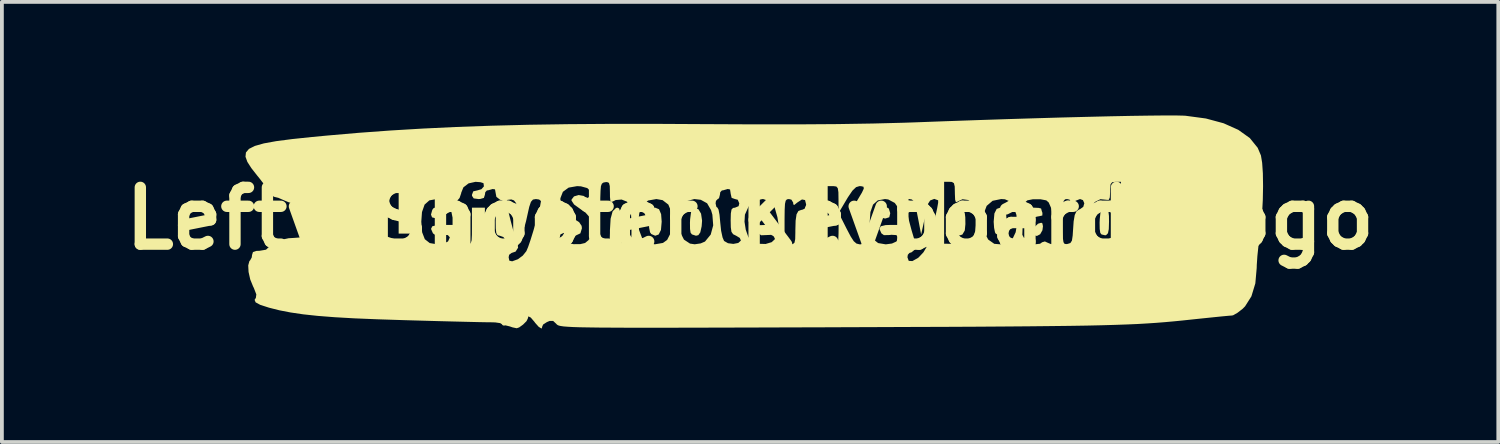
<source format=kicad_pcb>
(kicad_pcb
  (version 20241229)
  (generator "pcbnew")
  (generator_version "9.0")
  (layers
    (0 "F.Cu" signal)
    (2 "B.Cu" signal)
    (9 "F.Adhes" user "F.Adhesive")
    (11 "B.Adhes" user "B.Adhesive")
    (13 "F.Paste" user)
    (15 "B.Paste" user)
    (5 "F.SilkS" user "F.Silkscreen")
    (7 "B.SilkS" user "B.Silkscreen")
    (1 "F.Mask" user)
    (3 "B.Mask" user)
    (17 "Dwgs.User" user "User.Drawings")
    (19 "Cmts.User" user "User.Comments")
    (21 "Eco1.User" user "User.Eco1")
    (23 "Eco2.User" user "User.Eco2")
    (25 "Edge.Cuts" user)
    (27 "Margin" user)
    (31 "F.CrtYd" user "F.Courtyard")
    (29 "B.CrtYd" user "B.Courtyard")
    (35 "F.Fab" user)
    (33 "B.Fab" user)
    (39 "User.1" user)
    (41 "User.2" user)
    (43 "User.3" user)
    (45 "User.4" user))
  (footprint "Lefty Shooter Keyboard Logo"
    (layer "F.Cu")
    (at 16.764 2.721)
    (property "Reference" "Lefty Shooter Keyboard Logo" (at 0 0 0) (layer "F.SilkS") (effects (font (size 1.5 1.5) (thickness 0.3))))
    (attr board_only exclude_from_pos_files exclude_from_bom)
    (fp_poly (pts (xy -8.181 -0.262) (xy -8.144 -0.14) (xy -8.144 -0.136) (xy -8.169 -0.032) (xy -8.265 -0.000386) (xy -8.286 0) (xy -8.401 -0.029) (xy -8.429 -0.103) (xy -8.395 -0.226) (xy -8.365 -0.269) (xy -8.265 -0.312)) (stroke (width 0) (type solid)) (fill yes) (layer "F.SilkS"))
    (fp_poly (pts (xy 3.665 -0.262) (xy 3.702 -0.14) (xy 3.702 -0.136) (xy 3.677 -0.032) (xy 3.58 -0.000386) (xy 3.559 0) (xy 3.445 -0.029) (xy 3.417 -0.103) (xy 3.45 -0.226) (xy 3.481 -0.269) (xy 3.58 -0.312)) (stroke (width 0) (type solid)) (fill yes) (layer "F.SilkS"))
    (fp_poly (pts (xy 7.721 0.128) (xy 7.737 0.205) (xy 7.723 0.311) (xy 7.663 0.417) (xy 7.577 0.462) (xy 7.5 0.443) (xy 7.469 0.357) (xy 7.471 0.333) (xy 7.519 0.223) (xy 7.605 0.139) (xy 7.691 0.113)) (stroke (width 0) (type solid)) (fill yes) (layer "F.SilkS"))
    (fp_poly (pts (xy 0.42 -0.227) (xy 0.456 -0.109) (xy 0.456 -0.107) (xy 0.424 -0.027) (xy 0.313 -0.000336) (xy 0.29 0) (xy 0.175 -0.012) (xy 0.146 -0.067) (xy 0.157 -0.128) (xy 0.207 -0.246) (xy 0.249 -0.296) (xy 0.339 -0.3)) (stroke (width 0) (type solid)) (fill yes) (layer "F.SilkS"))
    (fp_poly (pts (xy -2.405 -0.244) (xy -2.35 -0.114) (xy -2.335 0.085) (xy -2.354 0.303) (xy -2.414 0.423) (xy -2.506 0.456) (xy -2.61 0.411) (xy -2.642 0.366) (xy -2.666 0.247) (xy -2.677 0.087) (xy -2.677 0.085) (xy -2.658 -0.132) (xy -2.598 -0.252) (xy -2.506 -0.285)) (stroke (width 0) (type solid)) (fill yes) (layer "F.SilkS"))
    (fp_poly (pts (xy -1.365 -0.244) (xy -1.295 -0.127) (xy -1.268 0.058) (xy -1.279 0.206) (xy -1.315 0.367) (xy -1.367 0.441) (xy -1.429 0.456) (xy -1.536 0.421) (xy -1.571 0.377) (xy -1.586 0.277) (xy -1.588 0.111) (xy -1.584 0.022) (xy -1.56 -0.161) (xy -1.514 -0.252) (xy -1.47 -0.273)) (stroke (width 0) (type solid)) (fill yes) (layer "F.SilkS"))
    (fp_poly (pts (xy 6.706 -0.235) (xy 6.765 -0.1) (xy 6.779 0.095) (xy 6.742 0.326) (xy 6.741 0.327) (xy 6.674 0.427) (xy 6.574 0.452) (xy 6.486 0.397) (xy 6.47 0.366) (xy 6.446 0.247) (xy 6.435 0.087) (xy 6.435 0.085) (xy 6.454 -0.132) (xy 6.514 -0.252) (xy 6.606 -0.285)) (stroke (width 0) (type solid)) (fill yes) (layer "F.SilkS"))
    (fp_poly (pts (xy 5.631 -0.233) (xy 5.671 -0.144) (xy 5.685 -0.034) (xy 5.688 0.149) (xy 5.673 0.306) (xy 5.669 0.322) (xy 5.608 0.425) (xy 5.518 0.453) (xy 5.442 0.396) (xy 5.434 0.377) (xy 5.419 0.277) (xy 5.417 0.111) (xy 5.421 0.021) (xy 5.439 -0.148) (xy 5.474 -0.231) (xy 5.538 -0.256) (xy 5.553 -0.256)) (stroke (width 0) (type solid)) (fill yes) (layer "F.SilkS"))
    (fp_poly (pts (xy 9.432 -0.244) (xy 9.466 -0.189) (xy 9.48 -0.066) (xy 9.482 0.085) (xy 9.476 0.281) (xy 9.454 0.39) (xy 9.407 0.438) (xy 9.382 0.445) (xy 9.283 0.422) (xy 9.251 0.381) (xy 9.236 0.278) (xy 9.233 0.111) (xy 9.237 0.021) (xy 9.255 -0.148) (xy 9.29 -0.231) (xy 9.354 -0.256) (xy 9.368 -0.256)) (stroke (width 0) (type solid)) (fill yes) (layer "F.SilkS"))
    (fp_poly (pts (xy 11.249 -2.721) (xy 11.454 -2.716) (xy 11.504 -2.713) (xy 12.041 -2.641) (xy 12.508 -2.515) (xy 12.897 -2.341) (xy 13.201 -2.124) (xy 13.409 -1.867) (xy 13.495 -1.664) (xy 13.527 -1.471) (xy 13.546 -1.192) (xy 13.551 -0.854) (xy 13.544 -0.485) (xy 13.524 -0.111) (xy 13.493 0.239) (xy 13.468 0.422) (xy 13.431 0.707) (xy 13.401 0.992) (xy 13.385 1.23) (xy 13.383 1.309) (xy 13.347 1.715) (xy 13.243 2.057) (xy 13.076 2.321) (xy 13.011 2.387) (xy 12.875 2.492) (xy 12.765 2.555) (xy 12.734 2.563) (xy 12.655 2.569) (xy 12.482 2.585) (xy 12.236 2.61) (xy 11.935 2.641) (xy 11.64 2.672) (xy 11.405 2.697) (xy 11.18 2.719) (xy 10.956 2.739) (xy 10.728 2.757) (xy 10.489 2.773) (xy 10.232 2.788) (xy 9.95 2.8) (xy 9.636 2.811) (xy 9.284 2.821) (xy 8.887 2.83) (xy 8.438 2.837) (xy 7.93 2.843) (xy 7.357 2.849) (xy 6.712 2.854) (xy 5.987 2.859) (xy 5.177 2.863) (xy 4.275 2.866) (xy 3.273 2.87) (xy 2.165 2.874) (xy 1.971 2.875) (xy 0.933 2.878) (xy 0.004 2.881) (xy -0.824 2.883) (xy -1.556 2.885) (xy -2.198 2.886) (xy -2.756 2.886) (xy -3.237 2.886) (xy -3.645 2.884) (xy -3.988 2.882) (xy -4.271 2.878) (xy -4.5 2.874) (xy -4.682 2.868) (xy -4.821 2.86) (xy -4.925 2.852) (xy -5 2.841) (xy -5.05 2.83) (xy -5.083 2.816) (xy -5.104 2.801) (xy -5.119 2.784) (xy -5.121 2.782) (xy -5.203 2.706) (xy -5.294 2.707) (xy -5.367 2.737) (xy -5.466 2.801) (xy -5.491 2.855) (xy -5.491 2.856) (xy -5.501 2.902) (xy -5.517 2.904) (xy -5.584 2.862) (xy -5.677 2.758) (xy -5.697 2.73) (xy -5.793 2.618) (xy -5.856 2.586) (xy -5.871 2.641) (xy -5.871 2.643) (xy -5.906 2.713) (xy -5.997 2.804) (xy -6.1 2.878) (xy -6.165 2.9) (xy -6.274 2.877) (xy -6.35 2.851) (xy -6.46 2.824) (xy -6.507 2.83) (xy -6.548 2.813) (xy -6.549 2.798) (xy -6.6 2.765) (xy -6.73 2.746) (xy -6.82 2.743) (xy -6.939 2.742) (xy -7.157 2.738) (xy -7.459 2.731) (xy -7.83 2.722) (xy -8.255 2.711) (xy -8.718 2.698) (xy -9.141 2.686) (xy -9.851 2.663) (xy -10.459 2.638) (xy -10.98 2.608) (xy -11.425 2.573) (xy -11.807 2.532) (xy -12.139 2.483) (xy -12.433 2.426) (xy -12.703 2.358) (xy -12.713 2.355) (xy -12.939 2.282) (xy -13.061 2.216) (xy -13.089 2.15) (xy -13.055 2.098) (xy -13.043 2.006) (xy -13.109 1.834) (xy -13.128 1.797) (xy -13.204 1.61) (xy -13.248 1.413) (xy -13.257 1.24) (xy -13.226 1.126) (xy -13.207 1.107) (xy -13.164 1.03) (xy -13.156 0.965) (xy -13.132 0.888) (xy -13.04 0.857) (xy -12.958 0.854) (xy -12.787 0.825) (xy -12.701 0.743) (xy -12.597 0.648) (xy -12.414 0.57) (xy -12.189 0.522) (xy -12.04 0.513) (xy -11.894 0.502) (xy -11.836 0.457) (xy -11.858 0.356) (xy -11.923 0.228) (xy -11.997 0.07) (xy -12.011 -0.049) (xy -12.001 -0.085) (xy -9.568 -0.085) (xy -9.568 0.683) (xy -9.204 0.683) (xy -9.002 0.679) (xy -8.886 0.659) (xy -8.83 0.618) (xy -8.812 0.573) (xy -8.8 0.471) (xy -8.85 0.418) (xy -8.982 0.4) (xy -9.065 0.399) (xy -9.283 0.399) (xy -9.283 0.085) (xy -8.685 0.085) (xy -8.663 0.364) (xy -8.592 0.548) (xy -8.462 0.65) (xy -8.266 0.683) (xy -8.256 0.683) (xy -8.098 0.662) (xy -7.985 0.611) (xy -7.975 0.6) (xy -7.931 0.499) (xy -7.983 0.439) (xy -8.118 0.431) (xy -8.152 0.437) (xy -8.31 0.441) (xy -8.377 0.393) (xy -8.428 0.275) (xy -8.394 0.206) (xy -8.263 0.175) (xy -8.144 0.171) (xy -7.859 0.171) (xy -7.859 -0.021) (xy -7.904 -0.241) (xy -8.023 -0.41) (xy -8.023 -0.41) (xy -7.8 -0.41) (xy -7.775 -0.357) (xy -7.731 -0.321) (xy -7.679 -0.258) (xy -7.648 -0.152) (xy -7.634 0.022) (xy -7.631 0.22) (xy -7.63 0.448) (xy -7.621 0.586) (xy -7.597 0.655) (xy -7.552 0.68) (xy -7.489 0.683) (xy -7.42 0.679) (xy -7.378 0.651) (xy -7.356 0.576) (xy -7.348 0.432) (xy -7.347 0.199) (xy -7.347 -0.285) (xy -7.176 -0.285) (xy -7.005 -0.285) (xy -7.005 0.089) (xy -6.994 0.363) (xy -6.955 0.541) (xy -6.878 0.641) (xy -6.757 0.681) (xy -6.699 0.683) (xy -6.561 0.674) (xy -6.479 0.651) (xy -6.477 0.649) (xy -6.46 0.57) (xy -6.516 0.491) (xy -6.612 0.456) (xy -6.671 0.442) (xy -6.704 0.385) (xy -6.718 0.259) (xy -6.72 0.092) (xy -6.716 -0.109) (xy -6.697 -0.225) (xy -6.655 -0.281) (xy -6.606 -0.301) (xy -6.514 -0.354) (xy -6.492 -0.399) (xy -6.532 -0.455) (xy -6.435 -0.455) (xy -6.42 -0.349) (xy -6.381 -0.168) (xy -6.327 0.052) (xy -6.266 0.279) (xy -6.208 0.477) (xy -6.161 0.614) (xy -6.147 0.645) (xy -6.128 0.772) (xy -6.194 0.875) (xy -6.3 0.911) (xy -6.364 0.959) (xy -6.378 1.025) (xy -6.359 1.115) (xy -6.285 1.132) (xy -6.139 1.079) (xy -6.134 1.077) (xy -6.005 0.982) (xy -5.91 0.864) (xy -5.865 0.758) (xy -5.839 0.683) (xy -3.99 0.683) (xy -3.846 0.683) (xy -3.769 0.677) (xy -3.726 0.641) (xy -3.707 0.551) (xy -3.702 0.379) (xy -3.702 0.309) (xy -3.684 0.007) (xy -3.631 -0.188) (xy -3.541 -0.278) (xy -3.5 -0.285) (xy -3.459 -0.263) (xy -3.433 -0.183) (xy -3.42 -0.027) (xy -3.417 0.199) (xy -3.416 0.434) (xy -3.407 0.577) (xy -3.385 0.651) (xy -3.343 0.679) (xy -3.275 0.683) (xy -3.203 0.678) (xy -3.161 0.647) (xy -3.14 0.567) (xy -3.133 0.414) (xy -3.133 0.242) (xy -3.138 0.012) (xy -3.138 0.005) (xy -2.945 0.005) (xy -2.934 0.302) (xy -2.852 0.518) (xy -2.703 0.646) (xy -2.515 0.683) (xy -2.301 0.646) (xy -2.191 0.567) (xy -2.11 0.409) (xy -2.065 0.158) (xy -2.062 0.126) (xy -2.064 0.085) (xy -1.879 0.085) (xy -1.845 0.364) (xy -1.746 0.559) (xy -1.587 0.664) (xy -1.462 0.682) (xy -1.305 0.659) (xy -1.191 0.61) (xy -1.04 0.426) (xy -0.974 0.182) (xy -0.996 -0.101) (xy -1.031 -0.221) (xy -1.134 -0.399) (xy -0.911 -0.399) (xy -0.89 -0.306) (xy -0.861 -0.285) (xy -0.833 -0.233) (xy -0.807 -0.096) (xy -0.789 0.097) (xy -0.788 0.107) (xy -0.765 0.325) (xy -0.727 0.501) (xy -0.687 0.594) (xy -0.583 0.654) (xy -0.442 0.672) (xy -0.312 0.647) (xy -0.242 0.584) (xy -0.271 0.515) (xy -0.366 0.457) (xy -0.448 0.416) (xy -0.492 0.352) (xy -0.509 0.233) (xy -0.512 0.087) (xy -0.147 0.087) (xy -0.114 0.298) (xy -0.048 0.485) (xy 0.038 0.6) (xy 0.206 0.668) (xy 0.41 0.674) (xy 0.571 0.626) (xy 0.655 0.547) (xy 0.643 0.475) (xy 0.554 0.433) (xy 0.442 0.438) (xy 0.293 0.444) (xy 0.197 0.376) (xy 0.191 0.368) (xy 0.129 0.265) (xy 0.139 0.206) (xy 0.235 0.178) (xy 0.431 0.171) (xy 0.435 0.171) (xy 0.755 0.171) (xy 0.741 0.085) (xy 0.911 0.085) (xy 0.911 0.683) (xy 1.054 0.683) (xy 1.13 0.677) (xy 1.173 0.64) (xy 1.192 0.546) (xy 1.196 0.371) (xy 1.196 0.318) (xy 1.203 0.058) (xy 1.224 -0.085) (xy 2.05 -0.085) (xy 2.05 0.683) (xy 2.193 0.683) (xy 2.266 0.678) (xy 2.309 0.644) (xy 2.33 0.559) (xy 2.337 0.397) (xy 2.338 0.271) (xy 2.342 -0.142) (xy 2.55 0.271) (xy 2.659 0.478) (xy 2.739 0.601) (xy 2.811 0.663) (xy 2.891 0.683) (xy 2.922 0.683) (xy 3.031 0.671) (xy 3.065 0.641) (xy 3.031 0.572) (xy 2.959 0.432) (xy 2.865 0.251) (xy 2.861 0.244) (xy 2.782 0.085) (xy 3.161 0.085) (xy 3.183 0.364) (xy 3.254 0.548) (xy 3.383 0.65) (xy 3.58 0.683) (xy 3.59 0.683) (xy 3.748 0.662) (xy 3.86 0.611) (xy 3.871 0.6) (xy 3.915 0.499) (xy 3.863 0.439) (xy 3.728 0.431) (xy 3.694 0.437) (xy 3.536 0.441) (xy 3.469 0.393) (xy 3.417 0.275) (xy 3.452 0.206) (xy 3.582 0.175) (xy 3.702 0.171) (xy 3.987 0.171) (xy 3.987 -0.021) (xy 3.942 -0.241) (xy 3.823 -0.41) (xy 3.65 -0.502) (xy 3.564 -0.513) (xy 4.057 -0.513) (xy 4.202 0.071) (xy 4.267 0.315) (xy 4.327 0.516) (xy 4.375 0.649) (xy 4.399 0.689) (xy 4.403 0.745) (xy 4.347 0.827) (xy 4.265 0.894) (xy 4.21 0.911) (xy 4.167 0.959) (xy 4.157 1.025) (xy 4.191 1.12) (xy 4.287 1.126) (xy 4.435 1.043) (xy 4.455 1.027) (xy 4.581 0.892) (xy 4.661 0.757) (xy 4.715 0.603) (xy 4.777 0.396) (xy 4.84 0.164) (xy 4.897 -0.066) (xy 4.916 -0.15) (xy 5.126 -0.15) (xy 5.126 0.667) (xy 5.457 0.672) (xy 5.648 0.67) (xy 5.761 0.648) (xy 5.833 0.592) (xy 5.884 0.515) (xy 5.949 0.333) (xy 5.978 0.101) (xy 5.977 0.075) (xy 6.151 0.075) (xy 6.187 0.356) (xy 6.29 0.557) (xy 6.451 0.67) (xy 6.66 0.687) (xy 6.803 0.648) (xy 6.931 0.543) (xy 6.984 0.431) (xy 7.192 0.431) (xy 7.27 0.579) (xy 7.384 0.65) (xy 7.53 0.682) (xy 7.66 0.668) (xy 7.716 0.628) (xy 7.788 0.607) (xy 7.859 0.64) (xy 7.955 0.68) (xy 8.012 0.645) (xy 8.037 0.523) (xy 8.037 0.302) (xy 8.037 0.299) (xy 8.019 0.089) (xy 8.258 0.089) (xy 8.259 0.356) (xy 8.264 0.529) (xy 8.279 0.627) (xy 8.307 0.67) (xy 8.353 0.677) (xy 8.386 0.673) (xy 8.461 0.649) (xy 8.502 0.585) (xy 8.522 0.451) (xy 8.529 0.342) (xy 8.544 0.127) (xy 8.907 0.127) (xy 8.944 0.358) (xy 9.033 0.555) (xy 9.153 0.653) (xy 9.314 0.685) (xy 9.463 0.644) (xy 9.499 0.615) (xy 9.556 0.575) (xy 9.568 0.615) (xy 9.615 0.671) (xy 9.682 0.683) (xy 9.726 0.678) (xy 9.757 0.649) (xy 9.777 0.58) (xy 9.789 0.454) (xy 9.794 0.253) (xy 9.795 -0.04) (xy 9.796 -0.142) (xy 9.796 -0.968) (xy 9.653 -0.968) (xy 9.565 -0.957) (xy 9.523 -0.905) (xy 9.511 -0.78) (xy 9.511 -0.714) (xy 9.503 -0.556) (xy 9.475 -0.491) (xy 9.425 -0.492) (xy 9.254 -0.509) (xy 9.108 -0.435) (xy 8.997 -0.29) (xy 8.927 -0.095) (xy 8.907 0.127) (xy 8.544 0.127) (xy 8.547 0.079) (xy 8.576 -0.091) (xy 8.622 -0.189) (xy 8.692 -0.238) (xy 8.713 -0.244) (xy 8.802 -0.307) (xy 8.829 -0.402) (xy 8.793 -0.485) (xy 8.716 -0.513) (xy 8.597 -0.467) (xy 8.547 -0.413) (xy 8.502 -0.344) (xy 8.489 -0.374) (xy 8.487 -0.413) (xy 8.439 -0.497) (xy 8.372 -0.513) (xy 8.321 -0.505) (xy 8.288 -0.469) (xy 8.269 -0.385) (xy 8.26 -0.233) (xy 8.258 0.008) (xy 8.258 0.089) (xy 8.019 0.089) (xy 8.011 -0.015) (xy 7.959 -0.261) (xy 7.889 -0.422) (xy 7.825 -0.478) (xy 7.668 -0.508) (xy 7.475 -0.508) (xy 7.326 -0.479) (xy 7.259 -0.422) (xy 7.281 -0.355) (xy 7.375 -0.302) (xy 7.495 -0.285) (xy 7.625 -0.279) (xy 7.687 -0.263) (xy 7.688 -0.261) (xy 7.706 -0.194) (xy 7.723 -0.147) (xy 7.72 -0.078) (xy 7.627 -0.057) (xy 7.617 -0.057) (xy 7.425 -0.012) (xy 7.281 0.103) (xy 7.198 0.26) (xy 7.192 0.431) (xy 6.984 0.431) (xy 7.016 0.363) (xy 7.052 0.14) (xy 7.036 -0.094) (xy 6.961 -0.306) (xy 6.949 -0.327) (xy 6.849 -0.456) (xy 6.731 -0.507) (xy 6.633 -0.513) (xy 6.407 -0.467) (xy 6.25 -0.333) (xy 6.166 -0.112) (xy 6.151 0.075) (xy 5.977 0.075) (xy 5.969 -0.135) (xy 5.922 -0.329) (xy 5.891 -0.386) (xy 5.765 -0.487) (xy 5.611 -0.508) (xy 5.479 -0.444) (xy 5.438 -0.428) (xy 5.417 -0.493) (xy 5.41 -0.654) (xy 5.41 -0.672) (xy 5.406 -0.845) (xy 5.384 -0.933) (xy 5.331 -0.965) (xy 5.268 -0.968) (xy 5.126 -0.968) (xy 5.126 -0.15) (xy 4.916 -0.15) (xy 4.942 -0.269) (xy 4.968 -0.415) (xy 4.968 -0.48) (xy 4.865 -0.517) (xy 4.757 -0.475) (xy 4.699 -0.384) (xy 4.671 -0.26) (xy 4.629 -0.071) (xy 4.594 0.084) (xy 4.519 0.425) (xy 4.449 0.056) (xy 4.398 -0.201) (xy 4.359 -0.366) (xy 4.32 -0.459) (xy 4.274 -0.501) (xy 4.21 -0.512) (xy 4.189 -0.513) (xy 4.057 -0.513) (xy 3.564 -0.513) (xy 3.374 -0.478) (xy 3.248 -0.366) (xy 3.179 -0.169) (xy 3.161 0.085) (xy 2.782 0.085) (xy 2.769 0.059) (xy 2.703 -0.088) (xy 2.677 -0.167) (xy 2.677 -0.168) (xy 2.705 -0.245) (xy 2.777 -0.383) (xy 2.848 -0.504) (xy 2.955 -0.684) (xy 3.004 -0.789) (xy 2.996 -0.838) (xy 2.933 -0.853) (xy 2.888 -0.854) (xy 2.8 -0.827) (xy 2.704 -0.735) (xy 2.585 -0.56) (xy 2.548 -0.498) (xy 2.337 -0.142) (xy 2.336 -0.498) (xy 2.333 -0.693) (xy 2.317 -0.799) (xy 2.279 -0.844) (xy 2.207 -0.854) (xy 2.193 -0.854) (xy 2.05 -0.854) (xy 2.05 -0.085) (xy 1.224 -0.085) (xy 1.227 -0.108) (xy 1.276 -0.197) (xy 1.354 -0.227) (xy 1.373 -0.228) (xy 1.458 -0.265) (xy 1.481 -0.37) (xy 1.452 -0.486) (xy 1.371 -0.502) (xy 1.244 -0.419) (xy 1.243 -0.418) (xy 1.166 -0.356) (xy 1.141 -0.373) (xy 1.139 -0.418) (xy 1.092 -0.497) (xy 1.025 -0.513) (xy 0.974 -0.505) (xy 0.941 -0.469) (xy 0.922 -0.385) (xy 0.914 -0.231) (xy 0.911 0.011) (xy 0.911 0.085) (xy 0.741 0.085) (xy 0.722 -0.034) (xy 0.648 -0.293) (xy 0.524 -0.451) (xy 0.349 -0.512) (xy 0.322 -0.513) (xy 0.12 -0.46) (xy -0.04 -0.315) (xy -0.136 -0.101) (xy -0.147 0.087) (xy -0.512 0.087) (xy -0.513 0.058) (xy -0.508 -0.133) (xy -0.49 -0.237) (xy -0.45 -0.278) (xy -0.399 -0.285) (xy -0.303 -0.325) (xy -0.285 -0.399) (xy -0.325 -0.494) (xy -0.399 -0.513) (xy -0.487 -0.544) (xy -0.513 -0.656) (xy -0.513 -0.661) (xy -0.529 -0.766) (xy -0.59 -0.779) (xy -0.603 -0.775) (xy -0.711 -0.744) (xy -0.745 -0.74) (xy -0.788 -0.693) (xy -0.797 -0.626) (xy -0.821 -0.534) (xy -0.854 -0.513) (xy -0.901 -0.465) (xy -0.911 -0.399) (xy -1.134 -0.399) (xy -1.135 -0.401) (xy -1.301 -0.493) (xy -1.473 -0.513) (xy -1.66 -0.462) (xy -1.793 -0.318) (xy -1.867 -0.089) (xy -1.879 0.085) (xy -2.064 0.085) (xy -2.075 -0.162) (xy -2.159 -0.367) (xy -2.311 -0.484) (xy -2.475 -0.513) (xy -2.694 -0.474) (xy -2.842 -0.352) (xy -2.926 -0.141) (xy -2.945 0.005) (xy -3.138 0.005) (xy -3.15 -0.188) (xy -3.166 -0.318) (xy -3.168 -0.328) (xy -3.251 -0.443) (xy -3.393 -0.5) (xy -3.549 -0.487) (xy -3.596 -0.463) (xy -3.658 -0.435) (xy -3.69 -0.463) (xy -3.701 -0.57) (xy -3.702 -0.687) (xy -3.706 -0.857) (xy -3.728 -0.94) (xy -3.779 -0.962) (xy -3.83 -0.958) (xy -3.88 -0.946) (xy -3.916 -0.917) (xy -3.94 -0.852) (xy -3.955 -0.733) (xy -3.964 -0.543) (xy -3.971 -0.263) (xy -3.974 -0.128) (xy -3.99 0.683) (xy -5.839 0.683) (xy -5.802 0.575) (xy -5.782 0.511) (xy -5.029 0.511) (xy -4.959 0.587) (xy -4.827 0.645) (xy -4.661 0.679) (xy -4.485 0.678) (xy -4.359 0.648) (xy -4.27 0.575) (xy -4.182 0.448) (xy -4.181 0.445) (xy -4.125 0.232) (xy -4.181 0.031) (xy -4.347 -0.155) (xy -4.474 -0.243) (xy -4.65 -0.37) (xy -4.717 -0.473) (xy -4.716 -0.499) (xy -4.651 -0.583) (xy -4.528 -0.619) (xy -4.398 -0.596) (xy -4.358 -0.57) (xy -4.283 -0.541) (xy -4.222 -0.612) (xy -4.213 -0.72) (xy -4.301 -0.803) (xy -4.469 -0.849) (xy -4.571 -0.854) (xy -4.793 -0.815) (xy -4.945 -0.704) (xy -5.01 -0.537) (xy -5.012 -0.506) (xy -4.979 -0.292) (xy -4.869 -0.132) (xy -4.668 0.001) (xy -4.516 0.097) (xy -4.45 0.195) (xy -4.442 0.259) (xy -4.483 0.393) (xy -4.599 0.448) (xy -4.778 0.418) (xy -4.79 0.414) (xy -4.924 0.382) (xy -5.004 0.419) (xy -5.012 0.428) (xy -5.029 0.511) (xy -5.782 0.511) (xy -5.73 0.344) (xy -5.657 0.096) (xy -5.593 -0.14) (xy -5.546 -0.332) (xy -5.525 -0.451) (xy -5.524 -0.461) (xy -5.573 -0.501) (xy -5.658 -0.513) (xy -5.736 -0.499) (xy -5.789 -0.439) (xy -5.833 -0.308) (xy -5.861 -0.185) (xy -5.918 0.072) (xy -5.959 0.222) (xy -5.993 0.267) (xy -6.025 0.213) (xy -6.063 0.063) (xy -6.089 -0.057) (xy -6.14 -0.278) (xy -6.185 -0.41) (xy -6.237 -0.477) (xy -6.305 -0.502) (xy -6.307 -0.502) (xy -6.406 -0.492) (xy -6.435 -0.455) (xy -6.532 -0.455) (xy -6.54 -0.466) (xy -6.606 -0.496) (xy -6.702 -0.572) (xy -6.72 -0.668) (xy -6.738 -0.769) (xy -6.803 -0.778) (xy -6.81 -0.775) (xy -6.919 -0.744) (xy -6.953 -0.74) (xy -6.995 -0.693) (xy -7.005 -0.626) (xy -7.032 -0.543) (xy -7.132 -0.514) (xy -7.176 -0.513) (xy -7.301 -0.53) (xy -7.345 -0.597) (xy -7.347 -0.626) (xy -7.312 -0.717) (xy -7.21 -0.74) (xy -7.097 -0.773) (xy -7.031 -0.847) (xy -7.041 -0.927) (xy -7.047 -0.934) (xy -7.123 -0.958) (xy -7.252 -0.968) (xy -7.436 -0.927) (xy -7.573 -0.822) (xy -7.631 -0.678) (xy -7.631 -0.667) (xy -7.674 -0.541) (xy -7.731 -0.476) (xy -7.8 -0.41) (xy -8.023 -0.41) (xy -8.195 -0.502) (xy -8.282 -0.513) (xy -8.472 -0.478) (xy -8.598 -0.366) (xy -8.667 -0.169) (xy -8.685 0.085) (xy -9.283 0.085) (xy -9.283 -0.228) (xy -9.283 -0.854) (xy -9.425 -0.854) (xy -9.568 -0.854) (xy -9.568 -0.085) (xy -12.001 -0.085) (xy -11.98 -0.164) (xy -11.94 -0.31) (xy -11.972 -0.381) (xy -12.069 -0.399) (xy -12.181 -0.425) (xy -12.322 -0.484) (xy -12.461 -0.545) (xy -12.566 -0.57) (xy -12.651 -0.616) (xy -12.683 -0.669) (xy -12.735 -0.758) (xy -12.841 -0.906) (xy -12.98 -1.085) (xy -13.023 -1.137) (xy -13.175 -1.331) (xy -13.28 -1.495) (xy -13.329 -1.631) (xy -13.317 -1.744) (xy -13.237 -1.838) (xy -13.082 -1.916) (xy -12.845 -1.983) (xy -12.52 -2.042) (xy -12.098 -2.097) (xy -11.575 -2.152) (xy -11.162 -2.191) (xy -10.331 -2.263) (xy -9.495 -2.324) (xy -8.641 -2.375) (xy -7.759 -2.417) (xy -6.836 -2.45) (xy -5.86 -2.475) (xy -4.818 -2.491) (xy -3.699 -2.499) (xy -2.491 -2.499) (xy -1.181 -2.492) (xy -1.167 -2.492) (xy 0.104 -2.486) (xy 1.263 -2.486) (xy 2.309 -2.493) (xy 3.242 -2.508) (xy 4.061 -2.529) (xy 4.357 -2.539) (xy 5.166 -2.569) (xy 5.967 -2.597) (xy 6.749 -2.623) (xy 7.504 -2.646) (xy 8.223 -2.667) (xy 8.895 -2.684) (xy 9.513 -2.699) (xy 10.066 -2.71) (xy 10.546 -2.717) (xy 10.944 -2.721)) (stroke (width 0) (type solid)) (fill yes) (layer "F.SilkS")))
  (gr_rect
    (start -3 -3)
    (end 36.529 8.626)
    (stroke (width 0.1) (type default))
    (fill no)
    (layer "Edge.Cuts")))
</source>
